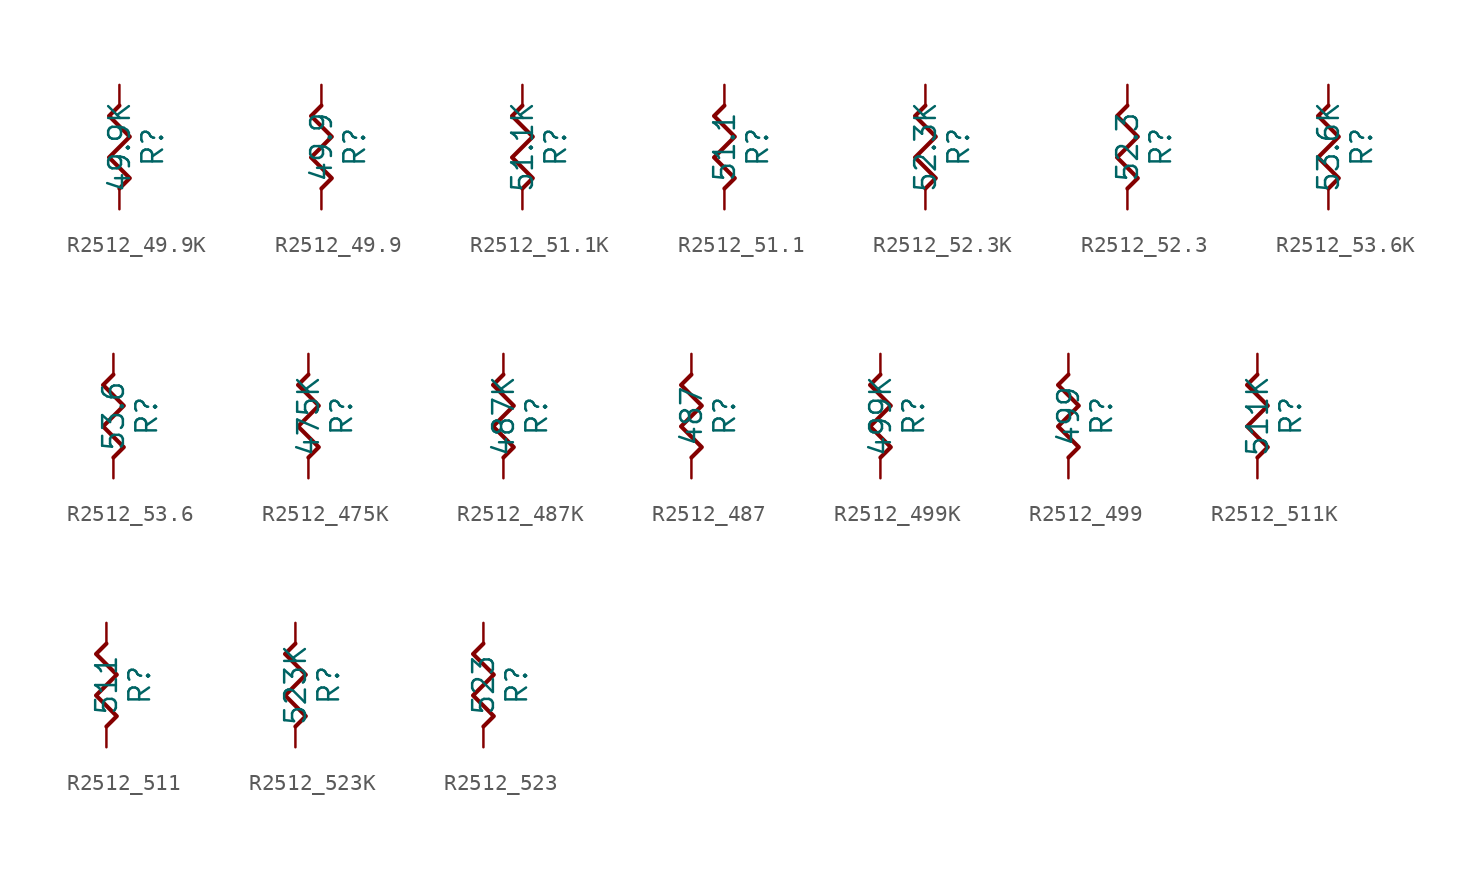
<source format=kicad_sym>
(kicad_symbol_lib
  (version 20211014)
  (generator atlantix-eda)
  (symbol "R2512_49.9K"
    (pin_numbers hide)
    (pin_names
      (offset 0))
    (property "Reference" "R"
      (at 2.032 0 90)
      (effects (font (size 1.27 1.27))))
    (property "Value" "49.9K"
      (at 0 0 90)
      (effects (font (size 1.27 1.27))))
    (symbol "R2512_49.9K_0_1"
      (polyline (pts (xy 0 -2.54) (xy 0.635 -1.905) (xy -0.635 -0.635) (xy 0.635 0.635) (xy -0.635 1.905) (xy 0 2.54)) (stroke (width 0.254) (type default) (color 0 0 0 0)) (fill (type none))))
    (symbol "R2512_49.9K_1_1"
      (pin passive line (at 0 3.81 270) (length 1.27) (name "~" (effects (font (size 1.27 1.27)))) (number "1" (effects (font (size 1.27 1.27)))))
      (pin passive line (at 0 -3.81 90) (length 1.27) (name "~" (effects (font (size 1.27 1.27)))) (number "2" (effects (font (size 1.27 1.27)))))))
  (symbol "R2512_49.9"
    (pin_numbers hide)
    (pin_names
      (offset 0))
    (property "Reference" "R"
      (at 2.032 0 90)
      (effects (font (size 1.27 1.27))))
    (property "Value" "49.9"
      (at 0 0 90)
      (effects (font (size 1.27 1.27))))
    (symbol "R2512_49.9_0_1"
      (polyline (pts (xy 0 -2.54) (xy 0.635 -1.905) (xy -0.635 -0.635) (xy 0.635 0.635) (xy -0.635 1.905) (xy 0 2.54)) (stroke (width 0.254) (type default) (color 0 0 0 0)) (fill (type none))))
    (symbol "R2512_49.9_1_1"
      (pin passive line (at 0 3.81 270) (length 1.27) (name "~" (effects (font (size 1.27 1.27)))) (number "1" (effects (font (size 1.27 1.27)))))
      (pin passive line (at 0 -3.81 90) (length 1.27) (name "~" (effects (font (size 1.27 1.27)))) (number "2" (effects (font (size 1.27 1.27)))))))
  (symbol "R2512_51.1K"
    (pin_numbers hide)
    (pin_names
      (offset 0))
    (property "Reference" "R"
      (at 2.032 0 90)
      (effects (font (size 1.27 1.27))))
    (property "Value" "51.1K"
      (at 0 0 90)
      (effects (font (size 1.27 1.27))))
    (symbol "R2512_51.1K_0_1"
      (polyline (pts (xy 0 -2.54) (xy 0.635 -1.905) (xy -0.635 -0.635) (xy 0.635 0.635) (xy -0.635 1.905) (xy 0 2.54)) (stroke (width 0.254) (type default) (color 0 0 0 0)) (fill (type none))))
    (symbol "R2512_51.1K_1_1"
      (pin passive line (at 0 3.81 270) (length 1.27) (name "~" (effects (font (size 1.27 1.27)))) (number "1" (effects (font (size 1.27 1.27)))))
      (pin passive line (at 0 -3.81 90) (length 1.27) (name "~" (effects (font (size 1.27 1.27)))) (number "2" (effects (font (size 1.27 1.27)))))))
  (symbol "R2512_51.1"
    (pin_numbers hide)
    (pin_names
      (offset 0))
    (property "Reference" "R"
      (at 2.032 0 90)
      (effects (font (size 1.27 1.27))))
    (property "Value" "51.1"
      (at 0 0 90)
      (effects (font (size 1.27 1.27))))
    (symbol "R2512_51.1_0_1"
      (polyline (pts (xy 0 -2.54) (xy 0.635 -1.905) (xy -0.635 -0.635) (xy 0.635 0.635) (xy -0.635 1.905) (xy 0 2.54)) (stroke (width 0.254) (type default) (color 0 0 0 0)) (fill (type none))))
    (symbol "R2512_51.1_1_1"
      (pin passive line (at 0 3.81 270) (length 1.27) (name "~" (effects (font (size 1.27 1.27)))) (number "1" (effects (font (size 1.27 1.27)))))
      (pin passive line (at 0 -3.81 90) (length 1.27) (name "~" (effects (font (size 1.27 1.27)))) (number "2" (effects (font (size 1.27 1.27)))))))
  (symbol "R2512_52.3K"
    (pin_numbers hide)
    (pin_names
      (offset 0))
    (property "Reference" "R"
      (at 2.032 0 90)
      (effects (font (size 1.27 1.27))))
    (property "Value" "52.3K"
      (at 0 0 90)
      (effects (font (size 1.27 1.27))))
    (symbol "R2512_52.3K_0_1"
      (polyline (pts (xy 0 -2.54) (xy 0.635 -1.905) (xy -0.635 -0.635) (xy 0.635 0.635) (xy -0.635 1.905) (xy 0 2.54)) (stroke (width 0.254) (type default) (color 0 0 0 0)) (fill (type none))))
    (symbol "R2512_52.3K_1_1"
      (pin passive line (at 0 3.81 270) (length 1.27) (name "~" (effects (font (size 1.27 1.27)))) (number "1" (effects (font (size 1.27 1.27)))))
      (pin passive line (at 0 -3.81 90) (length 1.27) (name "~" (effects (font (size 1.27 1.27)))) (number "2" (effects (font (size 1.27 1.27)))))))
  (symbol "R2512_52.3"
    (pin_numbers hide)
    (pin_names
      (offset 0))
    (property "Reference" "R"
      (at 2.032 0 90)
      (effects (font (size 1.27 1.27))))
    (property "Value" "52.3"
      (at 0 0 90)
      (effects (font (size 1.27 1.27))))
    (symbol "R2512_52.3_0_1"
      (polyline (pts (xy 0 -2.54) (xy 0.635 -1.905) (xy -0.635 -0.635) (xy 0.635 0.635) (xy -0.635 1.905) (xy 0 2.54)) (stroke (width 0.254) (type default) (color 0 0 0 0)) (fill (type none))))
    (symbol "R2512_52.3_1_1"
      (pin passive line (at 0 3.81 270) (length 1.27) (name "~" (effects (font (size 1.27 1.27)))) (number "1" (effects (font (size 1.27 1.27)))))
      (pin passive line (at 0 -3.81 90) (length 1.27) (name "~" (effects (font (size 1.27 1.27)))) (number "2" (effects (font (size 1.27 1.27)))))))
  (symbol "R2512_53.6K"
    (pin_numbers hide)
    (pin_names
      (offset 0))
    (property "Reference" "R"
      (at 2.032 0 90)
      (effects (font (size 1.27 1.27))))
    (property "Value" "53.6K"
      (at 0 0 90)
      (effects (font (size 1.27 1.27))))
    (symbol "R2512_53.6K_0_1"
      (polyline (pts (xy 0 -2.54) (xy 0.635 -1.905) (xy -0.635 -0.635) (xy 0.635 0.635) (xy -0.635 1.905) (xy 0 2.54)) (stroke (width 0.254) (type default) (color 0 0 0 0)) (fill (type none))))
    (symbol "R2512_53.6K_1_1"
      (pin passive line (at 0 3.81 270) (length 1.27) (name "~" (effects (font (size 1.27 1.27)))) (number "1" (effects (font (size 1.27 1.27)))))
      (pin passive line (at 0 -3.81 90) (length 1.27) (name "~" (effects (font (size 1.27 1.27)))) (number "2" (effects (font (size 1.27 1.27)))))))
  (symbol "R2512_53.6"
    (pin_numbers hide)
    (pin_names
      (offset 0))
    (property "Reference" "R"
      (at 2.032 0 90)
      (effects (font (size 1.27 1.27))))
    (property "Value" "53.6"
      (at 0 0 90)
      (effects (font (size 1.27 1.27))))
    (symbol "R2512_53.6_0_1"
      (polyline (pts (xy 0 -2.54) (xy 0.635 -1.905) (xy -0.635 -0.635) (xy 0.635 0.635) (xy -0.635 1.905) (xy 0 2.54)) (stroke (width 0.254) (type default) (color 0 0 0 0)) (fill (type none))))
    (symbol "R2512_53.6_1_1"
      (pin passive line (at 0 3.81 270) (length 1.27) (name "~" (effects (font (size 1.27 1.27)))) (number "1" (effects (font (size 1.27 1.27)))))
      (pin passive line (at 0 -3.81 90) (length 1.27) (name "~" (effects (font (size 1.27 1.27)))) (number "2" (effects (font (size 1.27 1.27)))))))
  (symbol "R2512_475K"
    (pin_numbers hide)
    (pin_names
      (offset 0))
    (property "Reference" "R"
      (at 2.032 0 90)
      (effects (font (size 1.27 1.27))))
    (property "Value" "475K"
      (at 0 0 90)
      (effects (font (size 1.27 1.27))))
    (symbol "R2512_475K_0_1"
      (polyline (pts (xy 0 -2.54) (xy 0.635 -1.905) (xy -0.635 -0.635) (xy 0.635 0.635) (xy -0.635 1.905) (xy 0 2.54)) (stroke (width 0.254) (type default) (color 0 0 0 0)) (fill (type none))))
    (symbol "R2512_475K_1_1"
      (pin passive line (at 0 3.81 270) (length 1.27) (name "~" (effects (font (size 1.27 1.27)))) (number "1" (effects (font (size 1.27 1.27)))))
      (pin passive line (at 0 -3.81 90) (length 1.27) (name "~" (effects (font (size 1.27 1.27)))) (number "2" (effects (font (size 1.27 1.27)))))))
  (symbol "R2512_487K"
    (pin_numbers hide)
    (pin_names
      (offset 0))
    (property "Reference" "R"
      (at 2.032 0 90)
      (effects (font (size 1.27 1.27))))
    (property "Value" "487K"
      (at 0 0 90)
      (effects (font (size 1.27 1.27))))
    (symbol "R2512_487K_0_1"
      (polyline (pts (xy 0 -2.54) (xy 0.635 -1.905) (xy -0.635 -0.635) (xy 0.635 0.635) (xy -0.635 1.905) (xy 0 2.54)) (stroke (width 0.254) (type default) (color 0 0 0 0)) (fill (type none))))
    (symbol "R2512_487K_1_1"
      (pin passive line (at 0 3.81 270) (length 1.27) (name "~" (effects (font (size 1.27 1.27)))) (number "1" (effects (font (size 1.27 1.27)))))
      (pin passive line (at 0 -3.81 90) (length 1.27) (name "~" (effects (font (size 1.27 1.27)))) (number "2" (effects (font (size 1.27 1.27)))))))
  (symbol "R2512_487"
    (pin_numbers hide)
    (pin_names
      (offset 0))
    (property "Reference" "R"
      (at 2.032 0 90)
      (effects (font (size 1.27 1.27))))
    (property "Value" "487"
      (at 0 0 90)
      (effects (font (size 1.27 1.27))))
    (symbol "R2512_487_0_1"
      (polyline (pts (xy 0 -2.54) (xy 0.635 -1.905) (xy -0.635 -0.635) (xy 0.635 0.635) (xy -0.635 1.905) (xy 0 2.54)) (stroke (width 0.254) (type default) (color 0 0 0 0)) (fill (type none))))
    (symbol "R2512_487_1_1"
      (pin passive line (at 0 3.81 270) (length 1.27) (name "~" (effects (font (size 1.27 1.27)))) (number "1" (effects (font (size 1.27 1.27)))))
      (pin passive line (at 0 -3.81 90) (length 1.27) (name "~" (effects (font (size 1.27 1.27)))) (number "2" (effects (font (size 1.27 1.27)))))))
  (symbol "R2512_499K"
    (pin_numbers hide)
    (pin_names
      (offset 0))
    (property "Reference" "R"
      (at 2.032 0 90)
      (effects (font (size 1.27 1.27))))
    (property "Value" "499K"
      (at 0 0 90)
      (effects (font (size 1.27 1.27))))
    (symbol "R2512_499K_0_1"
      (polyline (pts (xy 0 -2.54) (xy 0.635 -1.905) (xy -0.635 -0.635) (xy 0.635 0.635) (xy -0.635 1.905) (xy 0 2.54)) (stroke (width 0.254) (type default) (color 0 0 0 0)) (fill (type none))))
    (symbol "R2512_499K_1_1"
      (pin passive line (at 0 3.81 270) (length 1.27) (name "~" (effects (font (size 1.27 1.27)))) (number "1" (effects (font (size 1.27 1.27)))))
      (pin passive line (at 0 -3.81 90) (length 1.27) (name "~" (effects (font (size 1.27 1.27)))) (number "2" (effects (font (size 1.27 1.27)))))))
  (symbol "R2512_499"
    (pin_numbers hide)
    (pin_names
      (offset 0))
    (property "Reference" "R"
      (at 2.032 0 90)
      (effects (font (size 1.27 1.27))))
    (property "Value" "499"
      (at 0 0 90)
      (effects (font (size 1.27 1.27))))
    (symbol "R2512_499_0_1"
      (polyline (pts (xy 0 -2.54) (xy 0.635 -1.905) (xy -0.635 -0.635) (xy 0.635 0.635) (xy -0.635 1.905) (xy 0 2.54)) (stroke (width 0.254) (type default) (color 0 0 0 0)) (fill (type none))))
    (symbol "R2512_499_1_1"
      (pin passive line (at 0 3.81 270) (length 1.27) (name "~" (effects (font (size 1.27 1.27)))) (number "1" (effects (font (size 1.27 1.27)))))
      (pin passive line (at 0 -3.81 90) (length 1.27) (name "~" (effects (font (size 1.27 1.27)))) (number "2" (effects (font (size 1.27 1.27)))))))
  (symbol "R2512_511K"
    (pin_numbers hide)
    (pin_names
      (offset 0))
    (property "Reference" "R"
      (at 2.032 0 90)
      (effects (font (size 1.27 1.27))))
    (property "Value" "511K"
      (at 0 0 90)
      (effects (font (size 1.27 1.27))))
    (symbol "R2512_511K_0_1"
      (polyline (pts (xy 0 -2.54) (xy 0.635 -1.905) (xy -0.635 -0.635) (xy 0.635 0.635) (xy -0.635 1.905) (xy 0 2.54)) (stroke (width 0.254) (type default) (color 0 0 0 0)) (fill (type none))))
    (symbol "R2512_511K_1_1"
      (pin passive line (at 0 3.81 270) (length 1.27) (name "~" (effects (font (size 1.27 1.27)))) (number "1" (effects (font (size 1.27 1.27)))))
      (pin passive line (at 0 -3.81 90) (length 1.27) (name "~" (effects (font (size 1.27 1.27)))) (number "2" (effects (font (size 1.27 1.27)))))))
  (symbol "R2512_511"
    (pin_numbers hide)
    (pin_names
      (offset 0))
    (property "Reference" "R"
      (at 2.032 0 90)
      (effects (font (size 1.27 1.27))))
    (property "Value" "511"
      (at 0 0 90)
      (effects (font (size 1.27 1.27))))
    (symbol "R2512_511_0_1"
      (polyline (pts (xy 0 -2.54) (xy 0.635 -1.905) (xy -0.635 -0.635) (xy 0.635 0.635) (xy -0.635 1.905) (xy 0 2.54)) (stroke (width 0.254) (type default) (color 0 0 0 0)) (fill (type none))))
    (symbol "R2512_511_1_1"
      (pin passive line (at 0 3.81 270) (length 1.27) (name "~" (effects (font (size 1.27 1.27)))) (number "1" (effects (font (size 1.27 1.27)))))
      (pin passive line (at 0 -3.81 90) (length 1.27) (name "~" (effects (font (size 1.27 1.27)))) (number "2" (effects (font (size 1.27 1.27)))))))
  (symbol "R2512_523K"
    (pin_numbers hide)
    (pin_names
      (offset 0))
    (property "Reference" "R"
      (at 2.032 0 90)
      (effects (font (size 1.27 1.27))))
    (property "Value" "523K"
      (at 0 0 90)
      (effects (font (size 1.27 1.27))))
    (symbol "R2512_523K_0_1"
      (polyline (pts (xy 0 -2.54) (xy 0.635 -1.905) (xy -0.635 -0.635) (xy 0.635 0.635) (xy -0.635 1.905) (xy 0 2.54)) (stroke (width 0.254) (type default) (color 0 0 0 0)) (fill (type none))))
    (symbol "R2512_523K_1_1"
      (pin passive line (at 0 3.81 270) (length 1.27) (name "~" (effects (font (size 1.27 1.27)))) (number "1" (effects (font (size 1.27 1.27)))))
      (pin passive line (at 0 -3.81 90) (length 1.27) (name "~" (effects (font (size 1.27 1.27)))) (number "2" (effects (font (size 1.27 1.27)))))))
  (symbol "R2512_523"
    (pin_numbers hide)
    (pin_names
      (offset 0))
    (property "Reference" "R"
      (at 2.032 0 90)
      (effects (font (size 1.27 1.27))))
    (property "Value" "523"
      (at 0 0 90)
      (effects (font (size 1.27 1.27))))
    (symbol "R2512_523_0_1"
      (polyline (pts (xy 0 -2.54) (xy 0.635 -1.905) (xy -0.635 -0.635) (xy 0.635 0.635) (xy -0.635 1.905) (xy 0 2.54)) (stroke (width 0.254) (type default) (color 0 0 0 0)) (fill (type none))))
    (symbol "R2512_523_1_1"
      (pin passive line (at 0 3.81 270) (length 1.27) (name "~" (effects (font (size 1.27 1.27)))) (number "1" (effects (font (size 1.27 1.27)))))
      (pin passive line (at 0 -3.81 90) (length 1.27) (name "~" (effects (font (size 1.27 1.27)))) (number "2" (effects (font (size 1.27 1.27))))))))
</source>
